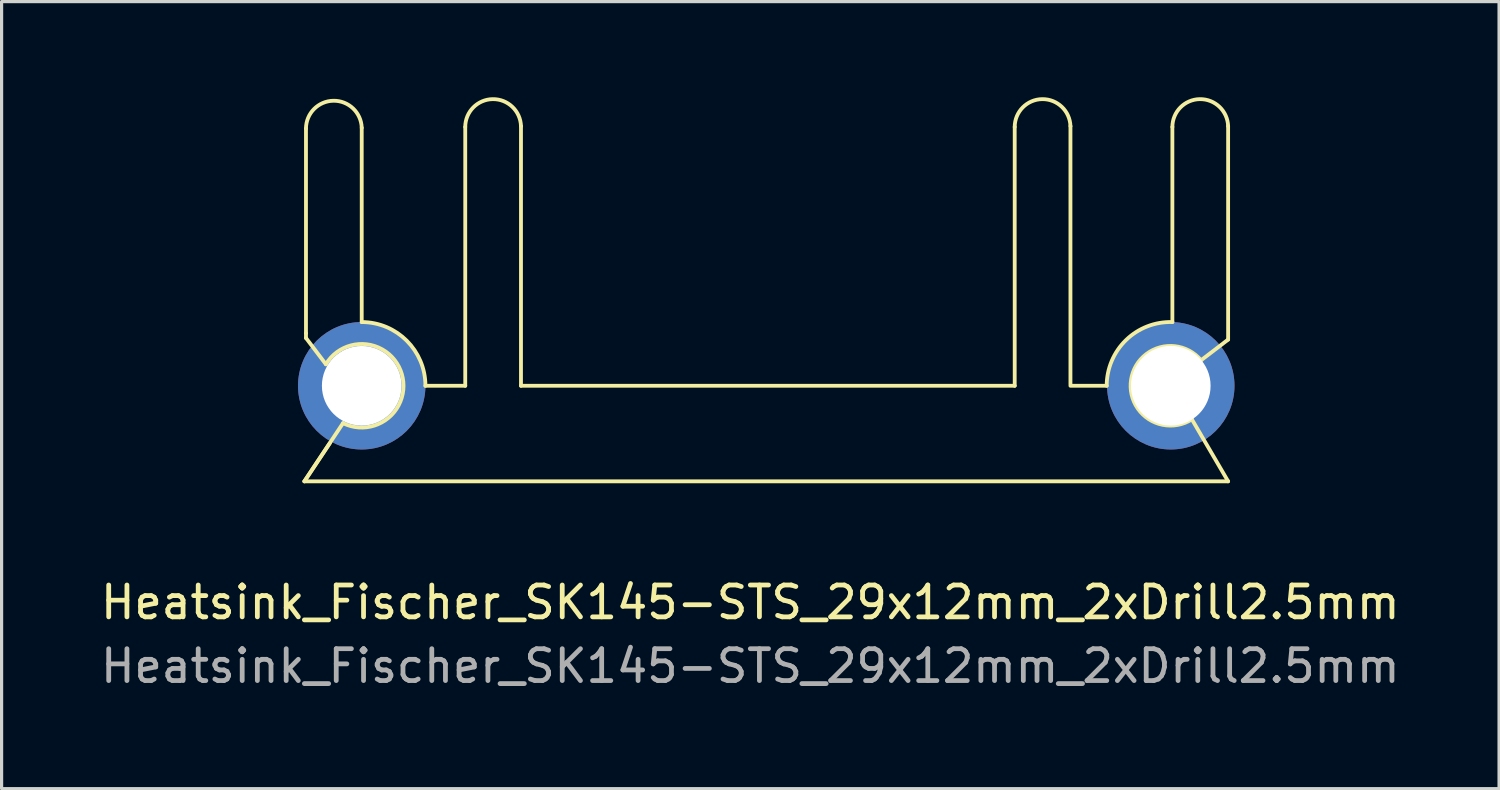
<source format=kicad_pcb>
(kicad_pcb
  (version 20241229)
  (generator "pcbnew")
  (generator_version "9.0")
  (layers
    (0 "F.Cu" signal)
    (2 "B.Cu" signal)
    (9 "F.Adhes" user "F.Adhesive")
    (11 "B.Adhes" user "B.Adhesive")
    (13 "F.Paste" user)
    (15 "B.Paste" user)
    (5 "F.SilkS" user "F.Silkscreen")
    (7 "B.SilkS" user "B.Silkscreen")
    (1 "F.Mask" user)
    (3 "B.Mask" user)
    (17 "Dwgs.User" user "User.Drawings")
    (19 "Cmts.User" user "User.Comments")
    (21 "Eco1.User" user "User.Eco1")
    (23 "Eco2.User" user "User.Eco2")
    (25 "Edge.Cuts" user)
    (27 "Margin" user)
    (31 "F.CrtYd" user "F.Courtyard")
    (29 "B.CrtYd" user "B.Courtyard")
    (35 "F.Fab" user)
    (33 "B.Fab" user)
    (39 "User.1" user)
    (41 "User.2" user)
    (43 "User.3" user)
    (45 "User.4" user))
  (footprint "Heatsink_Fischer_SK145-STS_29x12mm_2xDrill2.5mm"
    (layer "F.Cu")
    (at 21.006 9.061)
    (property "Reference" "Heatsink_Fischer_SK145-STS_29x12mm_2xDrill2.5mm" (at -0.5 6.8 0) (layer "F.SilkS") (effects (font (size 1 1) (thickness 0.15))))
    (attr through_hole)
    (fp_line (start -14.5 3) (end -13.7 1.8) (stroke (width 0.12) (type default)) (layer "F.SilkS"))
    (fp_line (start -14.5 3) (end 14.5 3) (stroke (width 0.12) (type default)) (layer "F.SilkS"))
    (fp_line (start -14.45 -8.074) (end -14.45 -1.65) (stroke (width 0.12) (type default)) (layer "F.SilkS"))
    (fp_line (start -14.45 -1.65) (end -14.45 -1.5) (stroke (width 0.12) (type default)) (layer "F.SilkS"))
    (fp_line (start -13.825 -0.675) (end -14.45 -1.5) (stroke (width 0.12) (type default)) (layer "F.SilkS"))
    (fp_line (start -13.287 1.173) (end -14.5 3) (stroke (width 0.12) (type default)) (layer "F.SilkS"))
    (fp_line (start -12.7 -2) (end -12.7 -8.099) (stroke (width 0.12) (type default)) (layer "F.SilkS"))
    (fp_line (start -10.7 0) (end -9.45 0) (stroke (width 0.12) (type default)) (layer "F.SilkS"))
    (fp_line (start -9.45 -8.125) (end -9.45 0) (stroke (width 0.12) (type default)) (layer "F.SilkS"))
    (fp_line (start -7.7 -8.15) (end -7.7 0) (stroke (width 0.12) (type default)) (layer "F.SilkS"))
    (fp_line (start -7.7 0) (end 7.8 0) (stroke (width 0.12) (type default)) (layer "F.SilkS"))
    (fp_line (start 7.8 -8.125) (end 7.8 0) (stroke (width 0.12) (type default)) (layer "F.SilkS"))
    (fp_line (start 9.55 -0.05) (end 9.55 -8.15) (stroke (width 0.12) (type default)) (layer "F.SilkS"))
    (fp_line (start 9.55 0) (end 10.688 0) (stroke (width 0.12) (type default)) (layer "F.SilkS"))
    (fp_line (start 12.75 -2) (end 12.75 -8.125) (stroke (width 0.12) (type default)) (layer "F.SilkS"))
    (fp_line (start 13.65 -0.8) (end 14.5 -1.45) (stroke (width 0.12) (type default)) (layer "F.SilkS"))
    (fp_line (start 14.5 -8.15) (end 14.5 -1.45) (stroke (width 0.12) (type default)) (layer "F.SilkS"))
    (fp_line (start 14.5 3) (end 13.355 1.041) (stroke (width 0.12) (type default)) (layer "F.SilkS"))
    (fp_arc (start -14.45 -8.074396) (mid -13.587327 -8.949826) (end -12.7 -8.099396) (stroke (width 0.12) (type default)) (layer "F.SilkS"))
    (fp_arc (start -13.825 -0.675) (mid -11.440357 -0.366809) (end -13.286728 1.173456) (stroke (width 0.12) (type default)) (layer "F.SilkS"))
    (fp_arc (start -12.7 -2) (mid -11.285786 -1.414214) (end -10.7 0) (stroke (width 0.12) (type default)) (layer "F.SilkS"))
    (fp_arc (start -9.45 -8.125) (mid -8.587327 -9.000431) (end -7.7 -8.15) (stroke (width 0.12) (type default)) (layer "F.SilkS"))
    (fp_arc (start 7.8 -8.125) (mid 8.662673 -9.000431) (end 9.55 -8.15) (stroke (width 0.12) (type default)) (layer "F.SilkS"))
    (fp_arc (start 10.68803 0) (mid 11.295837 -1.43629) (end 12.75 -2) (stroke (width 0.12) (type default)) (layer "F.SilkS"))
    (fp_arc (start 12.75 -8.125) (mid 13.612673 -9.000431) (end 14.5 -8.15) (stroke (width 0.12) (type default)) (layer "F.SilkS"))
    (fp_arc (start 13.362462 1.053562) (mid 11.453302 -0.191685) (end 13.65 -0.8) (stroke (width 0.12) (type default)) (layer "F.SilkS"))
    (fp_text user "${REFERENCE}" (at -0.5 8.8 0) (layer "F.Fab") (effects (font (size 1 1) (thickness 0.15))))
    (pad "1" thru_hole circle (at -12.7 0 180) (size 4 4) (drill 2.5) (layers "*.Cu" "*.Mask"))
    (pad "1" thru_hole circle (at 12.7 0) (size 4 4) (drill 2.5) (layers "*.Cu" "*.Mask")))
  (gr_rect
    (start -3 -3)
    (end 44.012 21.709)
    (stroke (width 0.1) (type default))
    (fill no)
    (layer "Edge.Cuts")))
</source>
